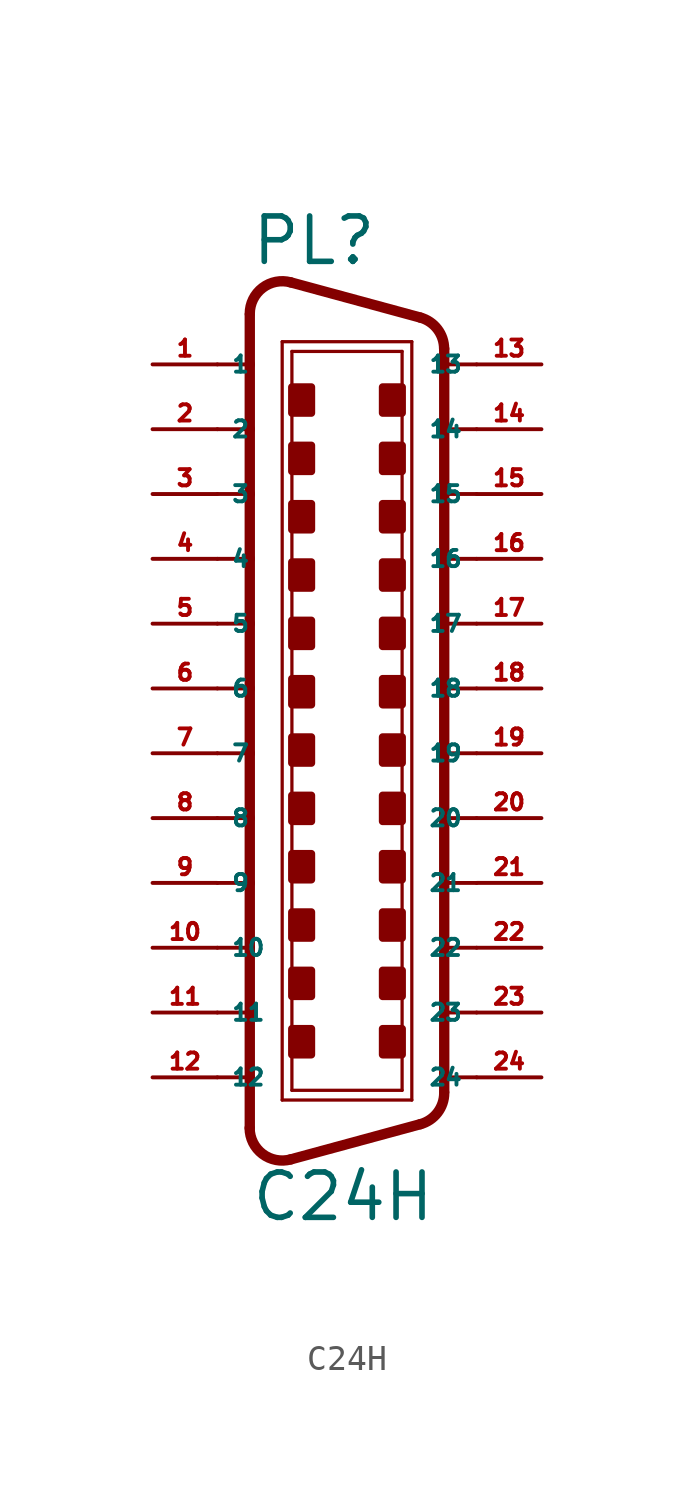
<source format=kicad_sym>
(kicad_symbol_lib
  (version 20220914)
  (generator Eagle2Kicad)
  (symbol "C24H"
    (property "Reference" "PL"
      (at -3.81 19.05 0)
      (effects (font (size 1.778 1.778) (thickness 0.22)) (justify left bottom)))
    (property "Value" "C24H"
      (at -3.81 -18.415 0)
      (effects (font (size 1.778 1.778) (thickness 0.22)) (justify left bottom)))
    (polyline
      (pts (xy -2.54 16.129) (xy 2.54 16.129))
      (stroke (width 0.127) (type default))
      (fill (type none)))
    (polyline
      (pts (xy -2.54 -13.589) (xy 2.54 -13.589))
      (stroke (width 0.127) (type default))
      (fill (type none)))
    (polyline
      (pts (xy -2.159 15.748) (xy 2.159 15.748))
      (stroke (width 0.127) (type default))
      (fill (type none)))
    (polyline
      (pts (xy 2.159 -13.208) (xy -2.159 -13.208))
      (stroke (width 0.127) (type default))
      (fill (type none)))
    (polyline
      (pts (xy 2.873 17.075) (xy -2.207 18.455))
      (stroke (width 0.406) (type default))
      (fill (type none)))
    (polyline
      (pts (xy 2.873 -14.535) (xy -2.207 -15.915))
      (stroke (width 0.406) (type default))
      (fill (type none)))
    (polyline
      (pts (xy -2.54 -13.589) (xy -2.54 16.129))
      (stroke (width 0.127) (type default))
      (fill (type none)))
    (polyline
      (pts (xy -3.81 17.184) (xy -3.81 15.24))
      (stroke (width 0.406) (type default))
      (fill (type none)))
    (polyline
      (pts (xy -3.81 15.24) (xy -3.81 12.7))
      (stroke (width 0.406) (type default))
      (fill (type none)))
    (polyline
      (pts (xy -3.81 12.7) (xy -3.81 10.16))
      (stroke (width 0.406) (type default))
      (fill (type none)))
    (polyline
      (pts (xy -3.81 10.16) (xy -3.81 7.62))
      (stroke (width 0.406) (type default))
      (fill (type none)))
    (polyline
      (pts (xy -3.81 7.62) (xy -3.81 5.08))
      (stroke (width 0.406) (type default))
      (fill (type none)))
    (polyline
      (pts (xy -3.81 5.08) (xy -3.81 2.54))
      (stroke (width 0.406) (type default))
      (fill (type none)))
    (polyline
      (pts (xy -3.81 2.54) (xy -3.81 0))
      (stroke (width 0.406) (type default))
      (fill (type none)))
    (polyline
      (pts (xy -3.81 0) (xy -3.81 -2.54))
      (stroke (width 0.406) (type default))
      (fill (type none)))
    (polyline
      (pts (xy -3.81 -2.54) (xy -3.81 -5.08))
      (stroke (width 0.406) (type default))
      (fill (type none)))
    (polyline
      (pts (xy -3.81 -5.08) (xy -3.81 -7.62))
      (stroke (width 0.406) (type default))
      (fill (type none)))
    (polyline
      (pts (xy -3.81 -7.62) (xy -3.81 -10.16))
      (stroke (width 0.406) (type default))
      (fill (type none)))
    (polyline
      (pts (xy -3.81 -10.16) (xy -3.81 -12.7))
      (stroke (width 0.406) (type default))
      (fill (type none)))
    (polyline
      (pts (xy -3.81 -12.7) (xy -3.81 -14.69))
      (stroke (width 0.406) (type default))
      (fill (type none)))
    (arc
      (start -3.81 -14.6898)
      (mid -3.311 -15.699)
      (end -2.207 -15.9154)
      (stroke (width 0.4064) (type default))
      (fill (type none)))
    (arc
      (start -2.207 18.4553)
      (mid -3.311 18.239)
      (end -3.81 17.2298)
      (stroke (width 0.4064) (type default))
      (fill (type none)))
    (polyline
      (pts (xy -2.159 -13.208) (xy -2.159 15.748))
      (stroke (width 0.127) (type default))
      (fill (type none)))
    (polyline
      (pts (xy 2.54 -13.589) (xy 2.54 16.129))
      (stroke (width 0.127) (type default))
      (fill (type none)))
    (polyline
      (pts (xy 3.81 -13.264) (xy 3.81 -12.7))
      (stroke (width 0.406) (type default))
      (fill (type none)))
    (polyline
      (pts (xy 3.81 -12.7) (xy 3.81 -10.16))
      (stroke (width 0.406) (type default))
      (fill (type none)))
    (polyline
      (pts (xy 3.81 -10.16) (xy 3.81 -7.62))
      (stroke (width 0.406) (type default))
      (fill (type none)))
    (polyline
      (pts (xy 3.81 -7.62) (xy 3.81 -5.08))
      (stroke (width 0.406) (type default))
      (fill (type none)))
    (polyline
      (pts (xy 3.81 -5.08) (xy 3.81 -2.54))
      (stroke (width 0.406) (type default))
      (fill (type none)))
    (polyline
      (pts (xy 3.81 -2.54) (xy 3.81 0))
      (stroke (width 0.406) (type default))
      (fill (type none)))
    (polyline
      (pts (xy 3.81 0) (xy 3.81 2.54))
      (stroke (width 0.406) (type default))
      (fill (type none)))
    (polyline
      (pts (xy 3.81 2.54) (xy 3.81 5.08))
      (stroke (width 0.406) (type default))
      (fill (type none)))
    (polyline
      (pts (xy 3.81 5.08) (xy 3.81 7.62))
      (stroke (width 0.406) (type default))
      (fill (type none)))
    (polyline
      (pts (xy 3.81 7.62) (xy 3.81 10.16))
      (stroke (width 0.406) (type default))
      (fill (type none)))
    (polyline
      (pts (xy 3.81 10.16) (xy 3.81 12.7))
      (stroke (width 0.406) (type default))
      (fill (type none)))
    (polyline
      (pts (xy 3.81 12.7) (xy 3.81 15.24))
      (stroke (width 0.406) (type default))
      (fill (type none)))
    (polyline
      (pts (xy 3.81 15.24) (xy 3.81 15.85))
      (stroke (width 0.406) (type default))
      (fill (type none)))
    (arc
      (start 2.873 -14.5351)
      (mid 3.549 -14.081)
      (end 3.81 -13.3096)
      (stroke (width 0.4064) (type default))
      (fill (type none)))
    (polyline
      (pts (xy 2.159 15.748) (xy 2.159 -13.208))
      (stroke (width 0.127) (type default))
      (fill (type none)))
    (arc
      (start 3.81 15.8496)
      (mid 3.549 16.621)
      (end 2.873 17.0752)
      (stroke (width 0.4064) (type default))
      (fill (type none)))
    (polyline
      (pts (xy -5.08 15.24) (xy -3.81 15.24))
      (stroke (width 0.152) (type default))
      (fill (type none)))
    (polyline
      (pts (xy -5.08 12.7) (xy -3.81 12.7))
      (stroke (width 0.152) (type default))
      (fill (type none)))
    (polyline
      (pts (xy -5.08 10.16) (xy -3.81 10.16))
      (stroke (width 0.152) (type default))
      (fill (type none)))
    (polyline
      (pts (xy -5.08 -5.08) (xy -3.81 -5.08))
      (stroke (width 0.152) (type default))
      (fill (type none)))
    (polyline
      (pts (xy -5.08 -7.62) (xy -3.81 -7.62))
      (stroke (width 0.152) (type default))
      (fill (type none)))
    (polyline
      (pts (xy -5.08 -10.16) (xy -3.81 -10.16))
      (stroke (width 0.152) (type default))
      (fill (type none)))
    (polyline
      (pts (xy -5.08 -12.7) (xy -3.81 -12.7))
      (stroke (width 0.152) (type default))
      (fill (type none)))
    (polyline
      (pts (xy 5.08 -12.7) (xy 3.81 -12.7))
      (stroke (width 0.152) (type default))
      (fill (type none)))
    (polyline
      (pts (xy 5.08 -10.16) (xy 3.81 -10.16))
      (stroke (width 0.152) (type default))
      (fill (type none)))
    (polyline
      (pts (xy 5.08 -7.62) (xy 3.81 -7.62))
      (stroke (width 0.152) (type default))
      (fill (type none)))
    (polyline
      (pts (xy 5.08 -5.08) (xy 3.81 -5.08))
      (stroke (width 0.152) (type default))
      (fill (type none)))
    (polyline
      (pts (xy 5.08 10.16) (xy 3.81 10.16))
      (stroke (width 0.152) (type default))
      (fill (type none)))
    (polyline
      (pts (xy 5.08 12.7) (xy 3.81 12.7))
      (stroke (width 0.152) (type default))
      (fill (type none)))
    (polyline
      (pts (xy 5.08 15.24) (xy 3.81 15.24))
      (stroke (width 0.152) (type default))
      (fill (type none)))
    (polyline
      (pts (xy 5.08 7.62) (xy 3.81 7.62))
      (stroke (width 0.152) (type default))
      (fill (type none)))
    (polyline
      (pts (xy 5.08 5.08) (xy 3.81 5.08))
      (stroke (width 0.152) (type default))
      (fill (type none)))
    (polyline
      (pts (xy 5.08 2.54) (xy 3.81 2.54))
      (stroke (width 0.152) (type default))
      (fill (type none)))
    (polyline
      (pts (xy 5.08 0) (xy 3.81 0))
      (stroke (width 0.152) (type default))
      (fill (type none)))
    (polyline
      (pts (xy 5.08 -2.54) (xy 3.81 -2.54))
      (stroke (width 0.152) (type default))
      (fill (type none)))
    (polyline
      (pts (xy -3.81 7.62) (xy -5.08 7.62))
      (stroke (width 0.152) (type default))
      (fill (type none)))
    (polyline
      (pts (xy -3.81 5.08) (xy -5.08 5.08))
      (stroke (width 0.152) (type default))
      (fill (type none)))
    (polyline
      (pts (xy -3.81 2.54) (xy -5.08 2.54))
      (stroke (width 0.152) (type default))
      (fill (type none)))
    (polyline
      (pts (xy -3.81 0) (xy -5.08 0))
      (stroke (width 0.152) (type default))
      (fill (type none)))
    (polyline
      (pts (xy -3.81 -2.54) (xy -5.08 -2.54))
      (stroke (width 0.152) (type default))
      (fill (type none)))
    (rectangle
      (start -2.159 13.335)
      (end -1.397 14.351)
      (stroke (width 0.3) (type default))
      (fill (type outline)))
    (rectangle
      (start -2.159 11.049)
      (end -1.397 12.065)
      (stroke (width 0.3) (type default))
      (fill (type outline)))
    (rectangle
      (start 1.397 13.335)
      (end 2.159 14.351)
      (stroke (width 0.3) (type default))
      (fill (type outline)))
    (rectangle
      (start 1.397 11.049)
      (end 2.159 12.065)
      (stroke (width 0.3) (type default))
      (fill (type outline)))
    (rectangle
      (start -2.159 8.763)
      (end -1.397 9.779)
      (stroke (width 0.3) (type default))
      (fill (type outline)))
    (rectangle
      (start -2.159 6.477)
      (end -1.397 7.493)
      (stroke (width 0.3) (type default))
      (fill (type outline)))
    (rectangle
      (start 1.397 8.763)
      (end 2.159 9.779)
      (stroke (width 0.3) (type default))
      (fill (type outline)))
    (rectangle
      (start 1.397 6.477)
      (end 2.159 7.493)
      (stroke (width 0.3) (type default))
      (fill (type outline)))
    (rectangle
      (start -2.159 4.191)
      (end -1.397 5.207)
      (stroke (width 0.3) (type default))
      (fill (type outline)))
    (rectangle
      (start -2.159 -4.953)
      (end -1.397 -3.937)
      (stroke (width 0.3) (type default))
      (fill (type outline)))
    (rectangle
      (start 1.397 -4.953)
      (end 2.159 -3.937)
      (stroke (width 0.3) (type default))
      (fill (type outline)))
    (rectangle
      (start 1.397 -7.239)
      (end 2.159 -6.223)
      (stroke (width 0.3) (type default))
      (fill (type outline)))
    (rectangle
      (start -2.159 -7.239)
      (end -1.397 -6.223)
      (stroke (width 0.3) (type default))
      (fill (type outline)))
    (rectangle
      (start -2.159 -9.525)
      (end -1.397 -8.509)
      (stroke (width 0.3) (type default))
      (fill (type outline)))
    (rectangle
      (start 1.397 -2.667)
      (end 2.159 -1.651)
      (stroke (width 0.3) (type default))
      (fill (type outline)))
    (rectangle
      (start 1.397 -9.525)
      (end 2.159 -8.509)
      (stroke (width 0.3) (type default))
      (fill (type outline)))
    (rectangle
      (start -2.159 -11.811)
      (end -1.397 -10.795)
      (stroke (width 0.3) (type default))
      (fill (type outline)))
    (rectangle
      (start 1.397 -11.811)
      (end 2.159 -10.795)
      (stroke (width 0.3) (type default))
      (fill (type outline)))
    (rectangle
      (start -2.159 1.905)
      (end -1.397 2.921)
      (stroke (width 0.3) (type default))
      (fill (type outline)))
    (rectangle
      (start -2.159 -0.381)
      (end -1.397 0.635)
      (stroke (width 0.3) (type default))
      (fill (type outline)))
    (rectangle
      (start -2.159 -2.667)
      (end -1.397 -1.651)
      (stroke (width 0.3) (type default))
      (fill (type outline)))
    (rectangle
      (start 1.397 -0.381)
      (end 2.159 0.635)
      (stroke (width 0.3) (type default))
      (fill (type outline)))
    (rectangle
      (start 1.397 1.905)
      (end 2.159 2.921)
      (stroke (width 0.3) (type default))
      (fill (type outline)))
    (rectangle
      (start 1.397 4.191)
      (end 2.159 5.207)
      (stroke (width 0.3) (type default))
      (fill (type outline)))
    (pin passive line
      (at -7.62 15.24 0)
      (length 2.54)
      (name "1" (effects (font (size 0.635 0.635) (thickness 0.08)) (justify left bottom)))
      (number "1" (effects (font (size 0.635 0.635) (thickness 0.08)) (justify left bottom))))
    (pin passive line
      (at -7.62 12.7 0)
      (length 2.54)
      (name "2" (effects (font (size 0.635 0.635) (thickness 0.08)) (justify left bottom)))
      (number "2" (effects (font (size 0.635 0.635) (thickness 0.08)) (justify left bottom))))
    (pin passive line
      (at -7.62 10.16 0)
      (length 2.54)
      (name "3" (effects (font (size 0.635 0.635) (thickness 0.08)) (justify left bottom)))
      (number "3" (effects (font (size 0.635 0.635) (thickness 0.08)) (justify left bottom))))
    (pin passive line
      (at -7.62 7.62 0)
      (length 2.54)
      (name "4" (effects (font (size 0.635 0.635) (thickness 0.08)) (justify left bottom)))
      (number "4" (effects (font (size 0.635 0.635) (thickness 0.08)) (justify left bottom))))
    (pin passive line
      (at -7.62 5.08 0)
      (length 2.54)
      (name "5" (effects (font (size 0.635 0.635) (thickness 0.08)) (justify left bottom)))
      (number "5" (effects (font (size 0.635 0.635) (thickness 0.08)) (justify left bottom))))
    (pin passive line
      (at -7.62 2.54 0)
      (length 2.54)
      (name "6" (effects (font (size 0.635 0.635) (thickness 0.08)) (justify left bottom)))
      (number "6" (effects (font (size 0.635 0.635) (thickness 0.08)) (justify left bottom))))
    (pin passive line
      (at -7.62 0 0)
      (length 2.54)
      (name "7" (effects (font (size 0.635 0.635) (thickness 0.08)) (justify left bottom)))
      (number "7" (effects (font (size 0.635 0.635) (thickness 0.08)) (justify left bottom))))
    (pin passive line
      (at -7.62 -2.54 0)
      (length 2.54)
      (name "8" (effects (font (size 0.635 0.635) (thickness 0.08)) (justify left bottom)))
      (number "8" (effects (font (size 0.635 0.635) (thickness 0.08)) (justify left bottom))))
    (pin passive line
      (at -7.62 -5.08 0)
      (length 2.54)
      (name "9" (effects (font (size 0.635 0.635) (thickness 0.08)) (justify left bottom)))
      (number "9" (effects (font (size 0.635 0.635) (thickness 0.08)) (justify left bottom))))
    (pin passive line
      (at -7.62 -7.62 0)
      (length 2.54)
      (name "10" (effects (font (size 0.635 0.635) (thickness 0.08)) (justify left bottom)))
      (number "10" (effects (font (size 0.635 0.635) (thickness 0.08)) (justify left bottom))))
    (pin passive line
      (at -7.62 -10.16 0)
      (length 2.54)
      (name "11" (effects (font (size 0.635 0.635) (thickness 0.08)) (justify left bottom)))
      (number "11" (effects (font (size 0.635 0.635) (thickness 0.08)) (justify left bottom))))
    (pin passive line
      (at -7.62 -12.7 0)
      (length 2.54)
      (name "12" (effects (font (size 0.635 0.635) (thickness 0.08)) (justify left bottom)))
      (number "12" (effects (font (size 0.635 0.635) (thickness 0.08)) (justify left bottom))))
    (pin passive line
      (at 7.62 15.24 180)
      (length 2.54)
      (name "13" (effects (font (size 0.635 0.635) (thickness 0.08)) (justify left bottom)))
      (number "13" (effects (font (size 0.635 0.635) (thickness 0.08)) (justify left bottom))))
    (pin passive line
      (at 7.62 12.7 180)
      (length 2.54)
      (name "14" (effects (font (size 0.635 0.635) (thickness 0.08)) (justify left bottom)))
      (number "14" (effects (font (size 0.635 0.635) (thickness 0.08)) (justify left bottom))))
    (pin passive line
      (at 7.62 10.16 180)
      (length 2.54)
      (name "15" (effects (font (size 0.635 0.635) (thickness 0.08)) (justify left bottom)))
      (number "15" (effects (font (size 0.635 0.635) (thickness 0.08)) (justify left bottom))))
    (pin passive line
      (at 7.62 7.62 180)
      (length 2.54)
      (name "16" (effects (font (size 0.635 0.635) (thickness 0.08)) (justify left bottom)))
      (number "16" (effects (font (size 0.635 0.635) (thickness 0.08)) (justify left bottom))))
    (pin passive line
      (at 7.62 5.08 180)
      (length 2.54)
      (name "17" (effects (font (size 0.635 0.635) (thickness 0.08)) (justify left bottom)))
      (number "17" (effects (font (size 0.635 0.635) (thickness 0.08)) (justify left bottom))))
    (pin passive line
      (at 7.62 2.54 180)
      (length 2.54)
      (name "18" (effects (font (size 0.635 0.635) (thickness 0.08)) (justify left bottom)))
      (number "18" (effects (font (size 0.635 0.635) (thickness 0.08)) (justify left bottom))))
    (pin passive line
      (at 7.62 0 180)
      (length 2.54)
      (name "19" (effects (font (size 0.635 0.635) (thickness 0.08)) (justify left bottom)))
      (number "19" (effects (font (size 0.635 0.635) (thickness 0.08)) (justify left bottom))))
    (pin passive line
      (at 7.62 -2.54 180)
      (length 2.54)
      (name "20" (effects (font (size 0.635 0.635) (thickness 0.08)) (justify left bottom)))
      (number "20" (effects (font (size 0.635 0.635) (thickness 0.08)) (justify left bottom))))
    (pin passive line
      (at 7.62 -5.08 180)
      (length 2.54)
      (name "21" (effects (font (size 0.635 0.635) (thickness 0.08)) (justify left bottom)))
      (number "21" (effects (font (size 0.635 0.635) (thickness 0.08)) (justify left bottom))))
    (pin passive line
      (at 7.62 -7.62 180)
      (length 2.54)
      (name "22" (effects (font (size 0.635 0.635) (thickness 0.08)) (justify left bottom)))
      (number "22" (effects (font (size 0.635 0.635) (thickness 0.08)) (justify left bottom))))
    (pin passive line
      (at 7.62 -10.16 180)
      (length 2.54)
      (name "23" (effects (font (size 0.635 0.635) (thickness 0.08)) (justify left bottom)))
      (number "23" (effects (font (size 0.635 0.635) (thickness 0.08)) (justify left bottom))))
    (pin passive line
      (at 7.62 -12.7 180)
      (length 2.54)
      (name "24" (effects (font (size 0.635 0.635) (thickness 0.08)) (justify left bottom)))
      (number "24" (effects (font (size 0.635 0.635) (thickness 0.08)) (justify left bottom))))))
</source>
